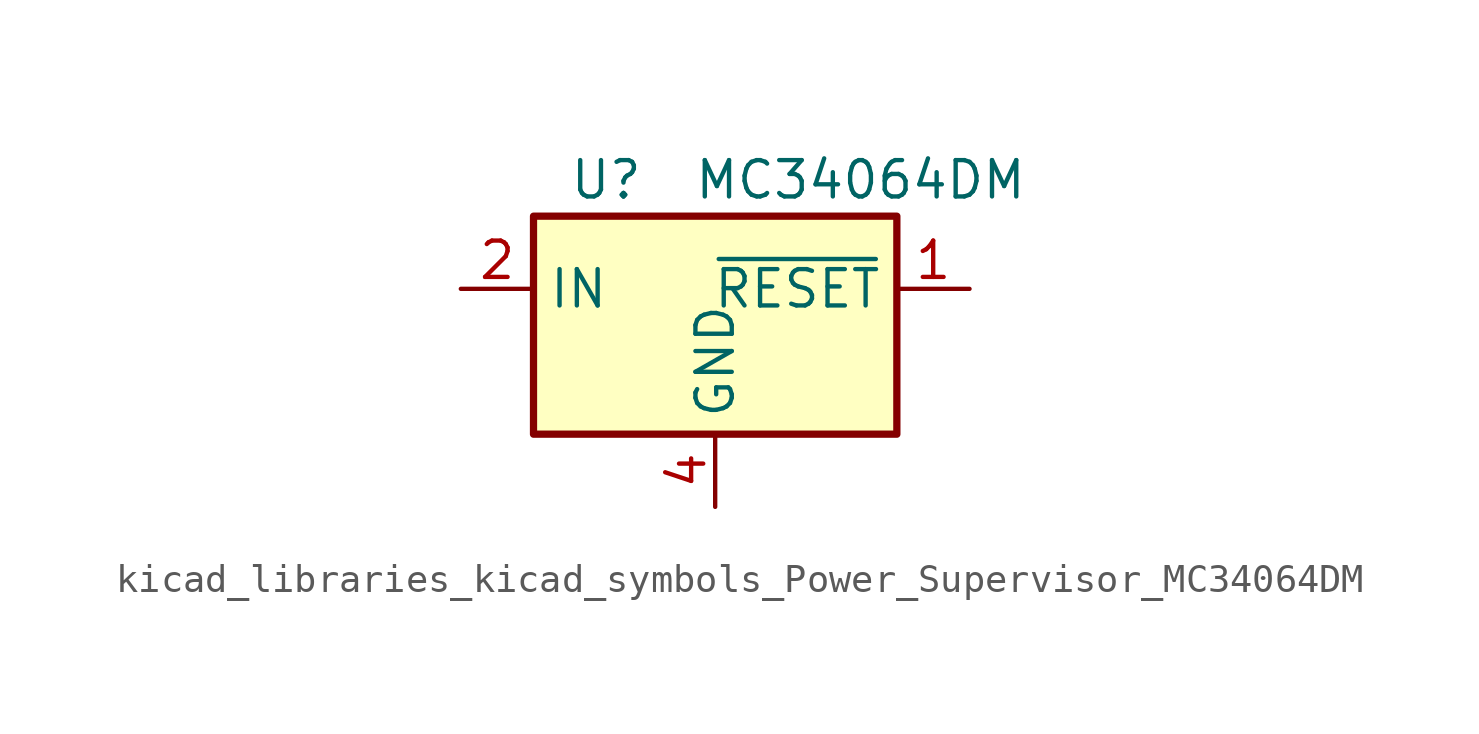
<source format=kicad_sym>
(kicad_symbol_lib
  (version 20220914)
  (generator kicad_symbol_editor)
  (symbol "kicad_libraries_kicad_symbols_Power_Supervisor_MC34064DM"
    (property "Reference" "U"
      (at -3.81 5.08 0)
      (effects (font (size 1.27 1.27))))
    (property "Value" "MC34064DM"
      (at 5.08 5.08 0)
      (effects (font (size 1.27 1.27))))
    (symbol "kicad_libraries_kicad_symbols_Power_Supervisor_MC34064DM_0_1"
      (rectangle (start -6.35 -3.81) (end 6.35 3.81) (stroke (width 0.254) (type default)) (fill (type background))))
    (symbol "kicad_libraries_kicad_symbols_Power_Supervisor_MC34064DM_1_1"
      (pin open_collector line (at 8.89 1.27 180) (length 2.54) (name "~{RESET}" (effects (font (size 1.27 1.27)))) (number "1" (effects (font (size 1.27 1.27)))))
      (pin input line (at -8.89 1.27 0) (length 2.54) (name "IN" (effects (font (size 1.27 1.27)))) (number "2" (effects (font (size 1.27 1.27)))))
      (pin no_connect line (at 6.35 -2.54 180) (length 2.54) hide (name "NC" (effects (font (size 1.27 1.27)))) (number "3" (effects (font (size 1.27 1.27)))))
      (pin power_in line (at 0 -6.35 90) (length 2.54) (name "GND" (effects (font (size 1.27 1.27)))) (number "4" (effects (font (size 1.27 1.27)))))
      (pin no_connect line (at 0 3.81 270) (length 2.54) hide (name "NC" (effects (font (size 1.27 1.27)))) (number "5" (effects (font (size 1.27 1.27)))))
      (pin no_connect line (at 2.54 3.81 270) (length 2.54) hide (name "NC" (effects (font (size 1.27 1.27)))) (number "6" (effects (font (size 1.27 1.27)))))
      (pin no_connect line (at -6.35 -2.54 0) (length 2.54) hide (name "NC" (effects (font (size 1.27 1.27)))) (number "7" (effects (font (size 1.27 1.27)))))
      (pin no_connect line (at -2.54 3.81 270) (length 2.54) hide (name "NC" (effects (font (size 1.27 1.27)))) (number "8" (effects (font (size 1.27 1.27))))))))
</source>
